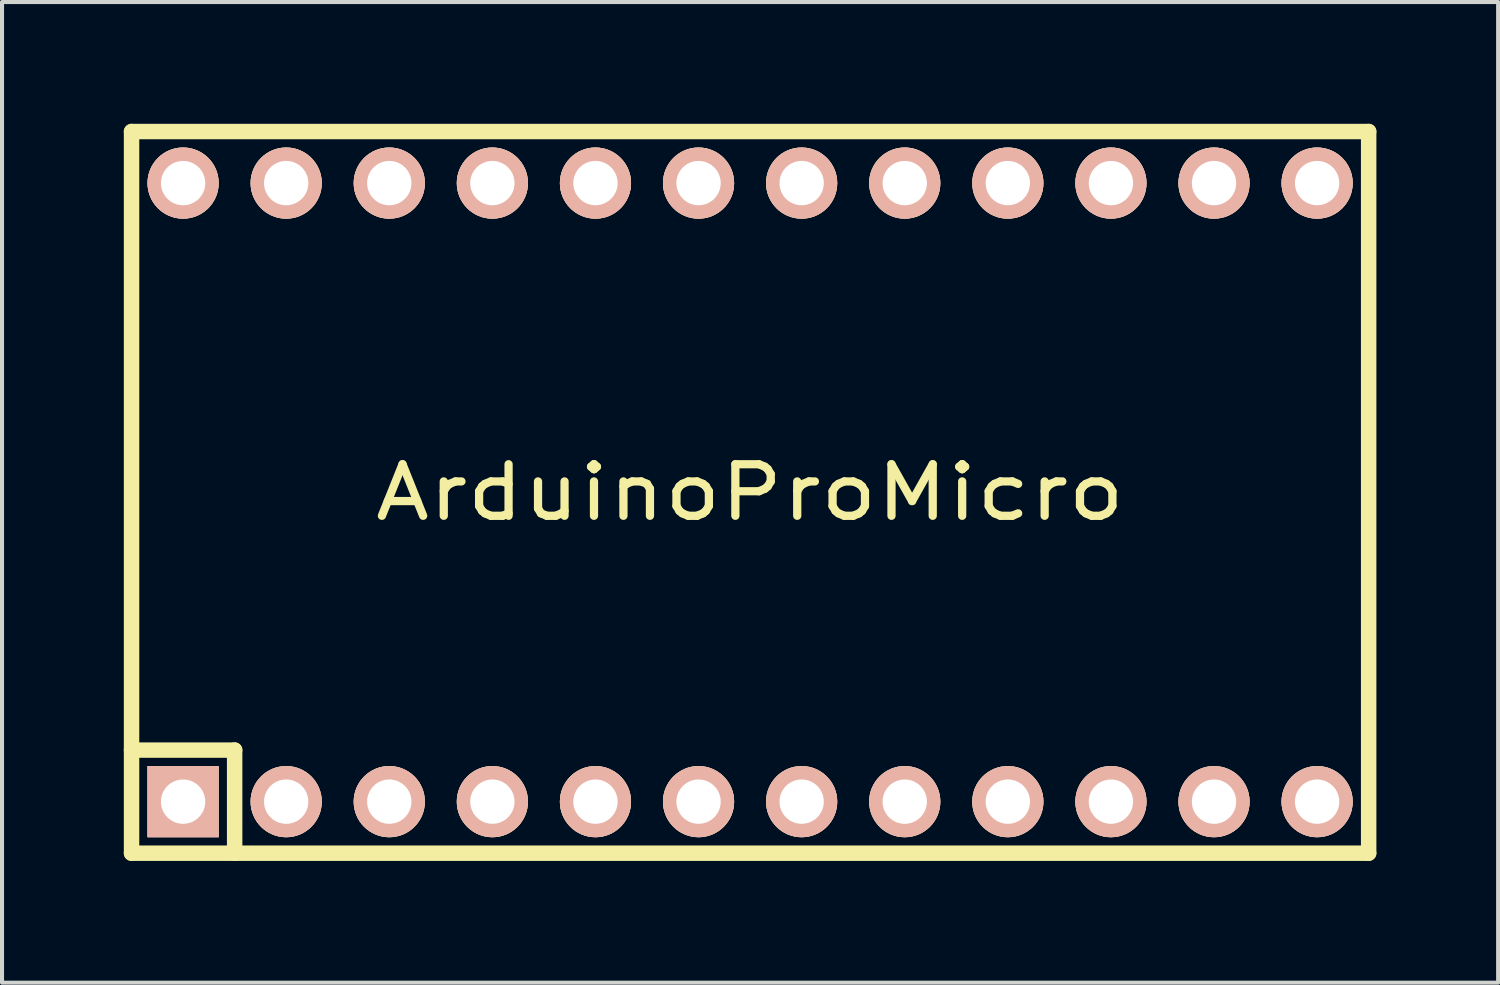
<source format=kicad_pcb>
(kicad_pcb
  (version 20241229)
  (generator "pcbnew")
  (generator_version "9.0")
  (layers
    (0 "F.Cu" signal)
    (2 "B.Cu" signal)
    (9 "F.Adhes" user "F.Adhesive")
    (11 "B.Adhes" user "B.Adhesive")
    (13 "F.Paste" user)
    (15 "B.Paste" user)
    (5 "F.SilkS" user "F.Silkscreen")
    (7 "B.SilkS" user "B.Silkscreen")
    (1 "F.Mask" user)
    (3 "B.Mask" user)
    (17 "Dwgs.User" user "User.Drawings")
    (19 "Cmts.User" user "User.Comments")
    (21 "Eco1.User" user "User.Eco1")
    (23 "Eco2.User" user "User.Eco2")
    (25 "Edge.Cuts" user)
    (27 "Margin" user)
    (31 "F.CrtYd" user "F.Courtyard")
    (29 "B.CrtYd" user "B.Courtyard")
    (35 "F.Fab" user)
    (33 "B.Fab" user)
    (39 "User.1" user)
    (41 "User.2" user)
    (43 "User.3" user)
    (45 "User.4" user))
  (footprint "ArduinoProMicro"
    (layer "F.Cu")
    (at 15.431 9.081)
    (property "Reference" "ArduinoProMicro" (at 0 0 0) (layer "F.SilkS") (effects (font (size 1.27 1.524) (thickness 0.203))))
    (attr through_hole)
    (fp_line (start -15.24 -8.89) (end -15.24 8.89) (stroke (width 0.381) (type solid)) (layer "F.SilkS"))
    (fp_line (start -15.24 6.35) (end -12.7 6.35) (stroke (width 0.381) (type solid)) (layer "F.SilkS"))
    (fp_line (start -15.24 8.89) (end 15.24 8.89) (stroke (width 0.381) (type solid)) (layer "F.SilkS"))
    (fp_line (start -12.7 6.35) (end -12.7 8.89) (stroke (width 0.381) (type solid)) (layer "F.SilkS"))
    (fp_line (start 15.24 -8.89) (end -15.24 -8.89) (stroke (width 0.381) (type solid)) (layer "F.SilkS"))
    (fp_line (start 15.24 8.89) (end 15.24 -8.89) (stroke (width 0.381) (type solid)) (layer "F.SilkS"))
    (pad "1" thru_hole rect (at -13.97 7.62) (size 1.753 1.753) (drill 1.092) (layers "*.Cu" "*.SilkS" "*.Mask"))
    (pad "2" thru_hole circle (at -11.43 7.62) (size 1.753 1.753) (drill 1.092) (layers "*.Cu" "*.SilkS" "*.Mask"))
    (pad "3" thru_hole circle (at -8.89 7.62) (size 1.753 1.753) (drill 1.092) (layers "*.Cu" "*.SilkS" "*.Mask"))
    (pad "4" thru_hole circle (at -6.35 7.62) (size 1.753 1.753) (drill 1.092) (layers "*.Cu" "*.SilkS" "*.Mask"))
    (pad "5" thru_hole circle (at -3.81 7.62) (size 1.753 1.753) (drill 1.092) (layers "*.Cu" "*.SilkS" "*.Mask"))
    (pad "6" thru_hole circle (at -1.27 7.62) (size 1.753 1.753) (drill 1.092) (layers "*.Cu" "*.SilkS" "*.Mask"))
    (pad "7" thru_hole circle (at 1.27 7.62) (size 1.753 1.753) (drill 1.092) (layers "*.Cu" "*.SilkS" "*.Mask"))
    (pad "8" thru_hole circle (at 3.81 7.62) (size 1.753 1.753) (drill 1.092) (layers "*.Cu" "*.SilkS" "*.Mask"))
    (pad "9" thru_hole circle (at 6.35 7.62) (size 1.753 1.753) (drill 1.092) (layers "*.Cu" "*.SilkS" "*.Mask"))
    (pad "10" thru_hole circle (at 8.89 7.62) (size 1.753 1.753) (drill 1.092) (layers "*.Cu" "*.SilkS" "*.Mask"))
    (pad "11" thru_hole circle (at 11.43 7.62) (size 1.753 1.753) (drill 1.092) (layers "*.Cu" "*.SilkS" "*.Mask"))
    (pad "12" thru_hole circle (at 13.97 7.62) (size 1.753 1.753) (drill 1.092) (layers "*.Cu" "*.SilkS" "*.Mask"))
    (pad "13" thru_hole circle (at 13.97 -7.62) (size 1.753 1.753) (drill 1.092) (layers "*.Cu" "*.SilkS" "*.Mask"))
    (pad "14" thru_hole circle (at 11.43 -7.62) (size 1.753 1.753) (drill 1.092) (layers "*.Cu" "*.SilkS" "*.Mask"))
    (pad "15" thru_hole circle (at 8.89 -7.62) (size 1.753 1.753) (drill 1.092) (layers "*.Cu" "*.SilkS" "*.Mask"))
    (pad "16" thru_hole circle (at 6.35 -7.62) (size 1.753 1.753) (drill 1.092) (layers "*.Cu" "*.SilkS" "*.Mask"))
    (pad "17" thru_hole circle (at 3.81 -7.62) (size 1.753 1.753) (drill 1.092) (layers "*.Cu" "*.SilkS" "*.Mask"))
    (pad "18" thru_hole circle (at 1.27 -7.62) (size 1.753 1.753) (drill 1.092) (layers "*.Cu" "*.SilkS" "*.Mask"))
    (pad "19" thru_hole circle (at -1.27 -7.62) (size 1.753 1.753) (drill 1.092) (layers "*.Cu" "*.SilkS" "*.Mask"))
    (pad "20" thru_hole circle (at -3.81 -7.62) (size 1.753 1.753) (drill 1.092) (layers "*.Cu" "*.SilkS" "*.Mask"))
    (pad "21" thru_hole circle (at -6.35 -7.62) (size 1.753 1.753) (drill 1.092) (layers "*.Cu" "*.SilkS" "*.Mask"))
    (pad "22" thru_hole circle (at -8.89 -7.62) (size 1.753 1.753) (drill 1.092) (layers "*.Cu" "*.SilkS" "*.Mask"))
    (pad "23" thru_hole circle (at -11.43 -7.62) (size 1.753 1.753) (drill 1.092) (layers "*.Cu" "*.SilkS" "*.Mask"))
    (pad "24" thru_hole circle (at -13.97 -7.62) (size 1.753 1.753) (drill 1.092) (layers "*.Cu" "*.SilkS" "*.Mask")))
  (gr_rect
    (start -3 -3)
    (end 33.861 21.161)
    (stroke (width 0.1) (type default))
    (fill no)
    (layer "Edge.Cuts")))
</source>
